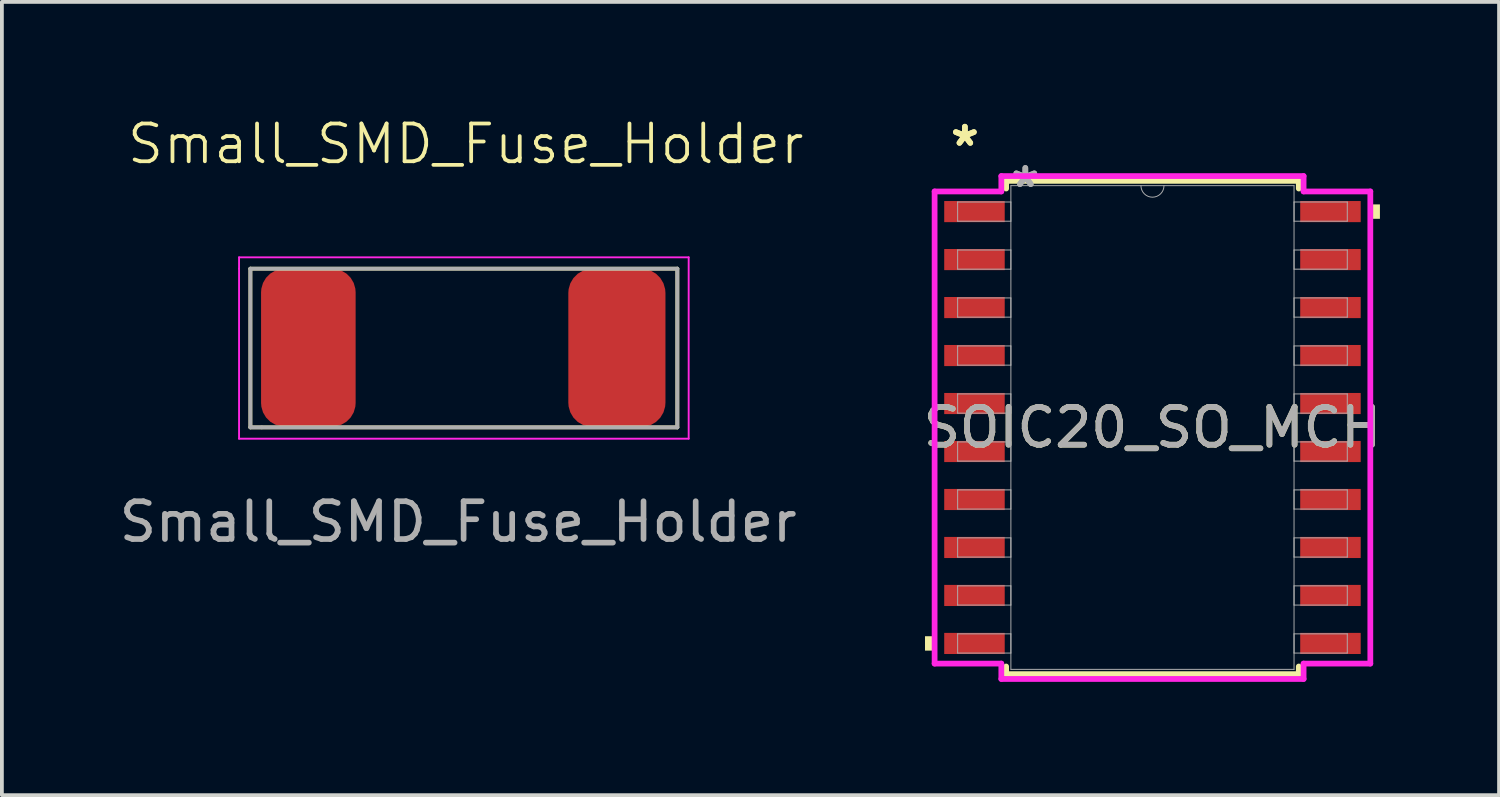
<source format=kicad_pcb>
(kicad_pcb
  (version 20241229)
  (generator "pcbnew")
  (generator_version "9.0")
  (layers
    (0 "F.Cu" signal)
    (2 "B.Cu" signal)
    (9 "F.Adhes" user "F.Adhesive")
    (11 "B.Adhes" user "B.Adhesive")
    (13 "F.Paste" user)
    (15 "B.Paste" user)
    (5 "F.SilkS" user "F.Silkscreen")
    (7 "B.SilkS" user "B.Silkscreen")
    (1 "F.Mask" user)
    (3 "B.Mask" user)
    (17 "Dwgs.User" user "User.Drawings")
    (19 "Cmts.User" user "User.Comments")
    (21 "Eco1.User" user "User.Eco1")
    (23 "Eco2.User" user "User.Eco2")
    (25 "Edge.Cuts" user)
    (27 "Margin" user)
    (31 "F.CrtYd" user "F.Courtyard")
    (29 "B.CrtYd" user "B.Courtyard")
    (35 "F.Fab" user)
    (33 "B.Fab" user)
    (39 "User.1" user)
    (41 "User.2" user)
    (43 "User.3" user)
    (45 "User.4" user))
  (footprint "Small_SMD_Fuse_Holder"
    (layer "F.Cu")
    (at 9.277 4.861)
    (property "Reference" "Small_SMD_Fuse_Holder" (at 0 -4.1 0) (unlocked yes) (layer "F.SilkS") (effects (font (size 1 1) (thickness 0.1))))
    (attr smd)
    (fp_line (start -5.7 -0.8) (end 5.6 -0.8) (stroke (width 0.1) (type default)) (layer "F.SilkS"))
    (fp_line (start -5.7 3.4) (end -5.7 -0.8) (stroke (width 0.1) (type default)) (layer "F.SilkS"))
    (fp_line (start 5.6 -0.8) (end 5.6 3.4) (stroke (width 0.1) (type default)) (layer "F.SilkS"))
    (fp_line (start 5.6 3.4) (end -5.7 3.4) (stroke (width 0.1) (type default)) (layer "F.SilkS"))
    (fp_line (start -6 -1.1) (end 5.9 -1.1) (stroke (width 0.05) (type default)) (layer "F.CrtYd"))
    (fp_line (start -6 -0.8) (end -6 -1.1) (stroke (width 0.05) (type default)) (layer "F.CrtYd"))
    (fp_line (start -6 3.7) (end -6 -0.8) (stroke (width 0.05) (type default)) (layer "F.CrtYd"))
    (fp_line (start 5.9 -1.1) (end 5.9 3.7) (stroke (width 0.05) (type default)) (layer "F.CrtYd"))
    (fp_line (start 5.9 3.7) (end -6 3.7) (stroke (width 0.05) (type default)) (layer "F.CrtYd"))
    (fp_line (start -5.7 3.4) (end -5.7 -0.8) (stroke (width 0.1) (type default)) (layer "F.Fab"))
    (fp_line (start -5.4 3.4) (end -5.7 3.4) (stroke (width 0.1) (type default)) (layer "F.Fab"))
    (fp_line (start -5.4 3.4) (end 5.6 3.4) (stroke (width 0.1) (type default)) (layer "F.Fab"))
    (fp_line (start 5.6 -0.8) (end -5.7 -0.8) (stroke (width 0.1) (type default)) (layer "F.Fab"))
    (fp_line (start 5.6 3.4) (end 5.6 -0.8) (stroke (width 0.1) (type default)) (layer "F.Fab"))
    (fp_text user "${REFERENCE}" (at -0.2 5.9 0) (unlocked yes) (layer "F.Fab") (effects (font (size 1 1) (thickness 0.15))))
    (pad "1" smd roundrect (at -4.166 1.29) (size 2.503 4.181) (layers "F.Cu" "F.Mask" "F.Paste") (roundrect_rratio 0.25))
    (pad "2" smd roundrect (at 4 1.295) (size 2.571 4.191) (layers "F.Cu" "F.Mask" "F.Paste") (roundrect_rratio 0.25)))
  (footprint "SOIC20_SO_MCH"
    (layer "F.Cu")
    (at 27.452 8.265)
    (property "Reference" "SOIC20_SO_MCH" (at 0 0 0) (unlocked yes) (layer "F.SilkS") (effects (font (size 1 1) (thickness 0.15))))
    (attr smd)
    (fp_line (start -3.873 -6.528) (end -3.873 -6.325) (stroke (width 0.152) (type solid)) (layer "F.SilkS"))
    (fp_line (start -3.873 6.325) (end -3.873 6.528) (stroke (width 0.152) (type solid)) (layer "F.SilkS"))
    (fp_line (start -3.873 6.528) (end 3.873 6.528) (stroke (width 0.152) (type solid)) (layer "F.SilkS"))
    (fp_line (start 3.873 -6.528) (end -3.873 -6.528) (stroke (width 0.152) (type solid)) (layer "F.SilkS"))
    (fp_line (start 3.873 -6.325) (end 3.873 -6.528) (stroke (width 0.152) (type solid)) (layer "F.SilkS"))
    (fp_line (start 3.873 6.528) (end 3.873 6.325) (stroke (width 0.152) (type solid)) (layer "F.SilkS"))
    (fp_poly (pts (xy -6.02 5.524) (xy -6.02 5.905) (xy -5.766 5.905) (xy -5.766 5.524)) (stroke (width 0) (type solid)) (fill yes) (layer "F.SilkS"))
    (fp_poly (pts (xy 6.02 -5.905) (xy 6.02 -5.524) (xy 5.766 -5.524) (xy 5.766 -5.905)) (stroke (width 0) (type solid)) (fill yes) (layer "F.SilkS"))
    (fp_line (start -5.766 -6.248) (end -4 -6.248) (stroke (width 0.152) (type solid)) (layer "F.CrtYd"))
    (fp_line (start -5.766 6.248) (end -5.766 -6.248) (stroke (width 0.152) (type solid)) (layer "F.CrtYd"))
    (fp_line (start -5.766 6.248) (end -4 6.248) (stroke (width 0.152) (type solid)) (layer "F.CrtYd"))
    (fp_line (start -4 -6.655) (end 4 -6.655) (stroke (width 0.152) (type solid)) (layer "F.CrtYd"))
    (fp_line (start -4 -6.248) (end -4 -6.655) (stroke (width 0.152) (type solid)) (layer "F.CrtYd"))
    (fp_line (start -4 6.655) (end -4 6.248) (stroke (width 0.152) (type solid)) (layer "F.CrtYd"))
    (fp_line (start 4 -6.655) (end 4 -6.248) (stroke (width 0.152) (type solid)) (layer "F.CrtYd"))
    (fp_line (start 4 6.248) (end 4 6.655) (stroke (width 0.152) (type solid)) (layer "F.CrtYd"))
    (fp_line (start 4 6.655) (end -4 6.655) (stroke (width 0.152) (type solid)) (layer "F.CrtYd"))
    (fp_line (start 5.766 -6.248) (end 4 -6.248) (stroke (width 0.152) (type solid)) (layer "F.CrtYd"))
    (fp_line (start 5.766 -6.248) (end 5.766 6.248) (stroke (width 0.152) (type solid)) (layer "F.CrtYd"))
    (fp_line (start 5.766 6.248) (end 4 6.248) (stroke (width 0.152) (type solid)) (layer "F.CrtYd"))
    (fp_line (start -5.156 -5.969) (end -5.156 -5.461) (stroke (width 0.025) (type solid)) (layer "F.Fab"))
    (fp_line (start -5.156 -5.461) (end -3.747 -5.461) (stroke (width 0.025) (type solid)) (layer "F.Fab"))
    (fp_line (start -5.156 -4.699) (end -5.156 -4.191) (stroke (width 0.025) (type solid)) (layer "F.Fab"))
    (fp_line (start -5.156 -4.191) (end -3.747 -4.191) (stroke (width 0.025) (type solid)) (layer "F.Fab"))
    (fp_line (start -5.156 -3.429) (end -5.156 -2.921) (stroke (width 0.025) (type solid)) (layer "F.Fab"))
    (fp_line (start -5.156 -2.921) (end -3.747 -2.921) (stroke (width 0.025) (type solid)) (layer "F.Fab"))
    (fp_line (start -5.156 -2.159) (end -5.156 -1.651) (stroke (width 0.025) (type solid)) (layer "F.Fab"))
    (fp_line (start -5.156 -1.651) (end -3.747 -1.651) (stroke (width 0.025) (type solid)) (layer "F.Fab"))
    (fp_line (start -5.156 -0.889) (end -5.156 -0.381) (stroke (width 0.025) (type solid)) (layer "F.Fab"))
    (fp_line (start -5.156 -0.381) (end -3.747 -0.381) (stroke (width 0.025) (type solid)) (layer "F.Fab"))
    (fp_line (start -5.156 0.381) (end -5.156 0.889) (stroke (width 0.025) (type solid)) (layer "F.Fab"))
    (fp_line (start -5.156 0.889) (end -3.747 0.889) (stroke (width 0.025) (type solid)) (layer "F.Fab"))
    (fp_line (start -5.156 1.651) (end -5.156 2.159) (stroke (width 0.025) (type solid)) (layer "F.Fab"))
    (fp_line (start -5.156 2.159) (end -3.747 2.159) (stroke (width 0.025) (type solid)) (layer "F.Fab"))
    (fp_line (start -5.156 2.921) (end -5.156 3.429) (stroke (width 0.025) (type solid)) (layer "F.Fab"))
    (fp_line (start -5.156 3.429) (end -3.747 3.429) (stroke (width 0.025) (type solid)) (layer "F.Fab"))
    (fp_line (start -5.156 4.191) (end -5.156 4.699) (stroke (width 0.025) (type solid)) (layer "F.Fab"))
    (fp_line (start -5.156 4.699) (end -3.747 4.699) (stroke (width 0.025) (type solid)) (layer "F.Fab"))
    (fp_line (start -5.156 5.461) (end -5.156 5.969) (stroke (width 0.025) (type solid)) (layer "F.Fab"))
    (fp_line (start -5.156 5.969) (end -3.747 5.969) (stroke (width 0.025) (type solid)) (layer "F.Fab"))
    (fp_line (start -3.747 -6.401) (end -3.747 6.401) (stroke (width 0.025) (type solid)) (layer "F.Fab"))
    (fp_line (start -3.747 -5.969) (end -5.156 -5.969) (stroke (width 0.025) (type solid)) (layer "F.Fab"))
    (fp_line (start -3.747 -5.461) (end -3.747 -5.969) (stroke (width 0.025) (type solid)) (layer "F.Fab"))
    (fp_line (start -3.747 -4.699) (end -5.156 -4.699) (stroke (width 0.025) (type solid)) (layer "F.Fab"))
    (fp_line (start -3.747 -4.191) (end -3.747 -4.699) (stroke (width 0.025) (type solid)) (layer "F.Fab"))
    (fp_line (start -3.747 -3.429) (end -5.156 -3.429) (stroke (width 0.025) (type solid)) (layer "F.Fab"))
    (fp_line (start -3.747 -2.921) (end -3.747 -3.429) (stroke (width 0.025) (type solid)) (layer "F.Fab"))
    (fp_line (start -3.747 -2.159) (end -5.156 -2.159) (stroke (width 0.025) (type solid)) (layer "F.Fab"))
    (fp_line (start -3.747 -1.651) (end -3.747 -2.159) (stroke (width 0.025) (type solid)) (layer "F.Fab"))
    (fp_line (start -3.747 -0.889) (end -5.156 -0.889) (stroke (width 0.025) (type solid)) (layer "F.Fab"))
    (fp_line (start -3.747 -0.381) (end -3.747 -0.889) (stroke (width 0.025) (type solid)) (layer "F.Fab"))
    (fp_line (start -3.747 0.381) (end -5.156 0.381) (stroke (width 0.025) (type solid)) (layer "F.Fab"))
    (fp_line (start -3.747 0.889) (end -3.747 0.381) (stroke (width 0.025) (type solid)) (layer "F.Fab"))
    (fp_line (start -3.747 1.651) (end -5.156 1.651) (stroke (width 0.025) (type solid)) (layer "F.Fab"))
    (fp_line (start -3.747 2.159) (end -3.747 1.651) (stroke (width 0.025) (type solid)) (layer "F.Fab"))
    (fp_line (start -3.747 2.921) (end -5.156 2.921) (stroke (width 0.025) (type solid)) (layer "F.Fab"))
    (fp_line (start -3.747 3.429) (end -3.747 2.921) (stroke (width 0.025) (type solid)) (layer "F.Fab"))
    (fp_line (start -3.747 4.191) (end -5.156 4.191) (stroke (width 0.025) (type solid)) (layer "F.Fab"))
    (fp_line (start -3.747 4.699) (end -3.747 4.191) (stroke (width 0.025) (type solid)) (layer "F.Fab"))
    (fp_line (start -3.747 5.461) (end -5.156 5.461) (stroke (width 0.025) (type solid)) (layer "F.Fab"))
    (fp_line (start -3.747 5.969) (end -3.747 5.461) (stroke (width 0.025) (type solid)) (layer "F.Fab"))
    (fp_line (start -3.747 6.401) (end 3.747 6.401) (stroke (width 0.025) (type solid)) (layer "F.Fab"))
    (fp_line (start 3.747 -6.401) (end -3.747 -6.401) (stroke (width 0.025) (type solid)) (layer "F.Fab"))
    (fp_line (start 3.747 -5.969) (end 3.747 -5.461) (stroke (width 0.025) (type solid)) (layer "F.Fab"))
    (fp_line (start 3.747 -5.461) (end 5.156 -5.461) (stroke (width 0.025) (type solid)) (layer "F.Fab"))
    (fp_line (start 3.747 -4.699) (end 3.747 -4.191) (stroke (width 0.025) (type solid)) (layer "F.Fab"))
    (fp_line (start 3.747 -4.191) (end 5.156 -4.191) (stroke (width 0.025) (type solid)) (layer "F.Fab"))
    (fp_line (start 3.747 -3.429) (end 3.747 -2.921) (stroke (width 0.025) (type solid)) (layer "F.Fab"))
    (fp_line (start 3.747 -2.921) (end 5.156 -2.921) (stroke (width 0.025) (type solid)) (layer "F.Fab"))
    (fp_line (start 3.747 -2.159) (end 3.747 -1.651) (stroke (width 0.025) (type solid)) (layer "F.Fab"))
    (fp_line (start 3.747 -1.651) (end 5.156 -1.651) (stroke (width 0.025) (type solid)) (layer "F.Fab"))
    (fp_line (start 3.747 -0.889) (end 3.747 -0.381) (stroke (width 0.025) (type solid)) (layer "F.Fab"))
    (fp_line (start 3.747 -0.381) (end 5.156 -0.381) (stroke (width 0.025) (type solid)) (layer "F.Fab"))
    (fp_line (start 3.747 0.381) (end 3.747 0.889) (stroke (width 0.025) (type solid)) (layer "F.Fab"))
    (fp_line (start 3.747 0.889) (end 5.156 0.889) (stroke (width 0.025) (type solid)) (layer "F.Fab"))
    (fp_line (start 3.747 1.651) (end 3.747 2.159) (stroke (width 0.025) (type solid)) (layer "F.Fab"))
    (fp_line (start 3.747 2.159) (end 5.156 2.159) (stroke (width 0.025) (type solid)) (layer "F.Fab"))
    (fp_line (start 3.747 2.921) (end 3.747 3.429) (stroke (width 0.025) (type solid)) (layer "F.Fab"))
    (fp_line (start 3.747 3.429) (end 5.156 3.429) (stroke (width 0.025) (type solid)) (layer "F.Fab"))
    (fp_line (start 3.747 4.191) (end 3.747 4.699) (stroke (width 0.025) (type solid)) (layer "F.Fab"))
    (fp_line (start 3.747 4.699) (end 5.156 4.699) (stroke (width 0.025) (type solid)) (layer "F.Fab"))
    (fp_line (start 3.747 5.461) (end 3.747 5.969) (stroke (width 0.025) (type solid)) (layer "F.Fab"))
    (fp_line (start 3.747 5.969) (end 5.156 5.969) (stroke (width 0.025) (type solid)) (layer "F.Fab"))
    (fp_line (start 3.747 6.401) (end 3.747 -6.401) (stroke (width 0.025) (type solid)) (layer "F.Fab"))
    (fp_line (start 5.156 -5.969) (end 3.747 -5.969) (stroke (width 0.025) (type solid)) (layer "F.Fab"))
    (fp_line (start 5.156 -5.461) (end 5.156 -5.969) (stroke (width 0.025) (type solid)) (layer "F.Fab"))
    (fp_line (start 5.156 -4.699) (end 3.747 -4.699) (stroke (width 0.025) (type solid)) (layer "F.Fab"))
    (fp_line (start 5.156 -4.191) (end 5.156 -4.699) (stroke (width 0.025) (type solid)) (layer "F.Fab"))
    (fp_line (start 5.156 -3.429) (end 3.747 -3.429) (stroke (width 0.025) (type solid)) (layer "F.Fab"))
    (fp_line (start 5.156 -2.921) (end 5.156 -3.429) (stroke (width 0.025) (type solid)) (layer "F.Fab"))
    (fp_line (start 5.156 -2.159) (end 3.747 -2.159) (stroke (width 0.025) (type solid)) (layer "F.Fab"))
    (fp_line (start 5.156 -1.651) (end 5.156 -2.159) (stroke (width 0.025) (type solid)) (layer "F.Fab"))
    (fp_line (start 5.156 -0.889) (end 3.747 -0.889) (stroke (width 0.025) (type solid)) (layer "F.Fab"))
    (fp_line (start 5.156 -0.381) (end 5.156 -0.889) (stroke (width 0.025) (type solid)) (layer "F.Fab"))
    (fp_line (start 5.156 0.381) (end 3.747 0.381) (stroke (width 0.025) (type solid)) (layer "F.Fab"))
    (fp_line (start 5.156 0.889) (end 5.156 0.381) (stroke (width 0.025) (type solid)) (layer "F.Fab"))
    (fp_line (start 5.156 1.651) (end 3.747 1.651) (stroke (width 0.025) (type solid)) (layer "F.Fab"))
    (fp_line (start 5.156 2.159) (end 5.156 1.651) (stroke (width 0.025) (type solid)) (layer "F.Fab"))
    (fp_line (start 5.156 2.921) (end 3.747 2.921) (stroke (width 0.025) (type solid)) (layer "F.Fab"))
    (fp_line (start 5.156 3.429) (end 5.156 2.921) (stroke (width 0.025) (type solid)) (layer "F.Fab"))
    (fp_line (start 5.156 4.191) (end 3.747 4.191) (stroke (width 0.025) (type solid)) (layer "F.Fab"))
    (fp_line (start 5.156 4.699) (end 5.156 4.191) (stroke (width 0.025) (type solid)) (layer "F.Fab"))
    (fp_line (start 5.156 5.461) (end 3.747 5.461) (stroke (width 0.025) (type solid)) (layer "F.Fab"))
    (fp_line (start 5.156 5.969) (end 5.156 5.461) (stroke (width 0.025) (type solid)) (layer "F.Fab"))
    (fp_arc (start 0.3048 -6.4008) (mid 0 -6.096) (end -0.3048 -6.4008) (stroke (width 0.0254) (type solid)) (layer "F.Fab"))
    (fp_text user "*" (at -4.965 -7.417 0) (unlocked yes) (layer "F.SilkS") (effects (font (size 1 1) (thickness 0.15))))
    (fp_text user "*" (at -4.965 -7.417 0) (layer "F.SilkS") (effects (font (size 1 1) (thickness 0.15))))
    (fp_text user "*" (at -3.365 -6.325 0) (unlocked yes) (layer "F.Fab") (effects (font (size 1 1) (thickness 0.15))))
    (fp_text user "${REFERENCE}" (at 0 0 0) (unlocked yes) (layer "F.Fab") (effects (font (size 1 1) (thickness 0.15))))
    (fp_text user "*" (at -3.365 -6.325 0) (layer "F.Fab") (effects (font (size 1 1) (thickness 0.15))))
    (pad "1" smd rect (at -4.711 -5.715) (size 1.601 0.559) (layers "F.Cu" "F.Mask" "F.Paste"))
    (pad "2" smd rect (at -4.711 -4.445) (size 1.601 0.559) (layers "F.Cu" "F.Mask" "F.Paste"))
    (pad "3" smd rect (at -4.711 -3.175) (size 1.601 0.559) (layers "F.Cu" "F.Mask" "F.Paste"))
    (pad "4" smd rect (at -4.711 -1.905) (size 1.601 0.559) (layers "F.Cu" "F.Mask" "F.Paste"))
    (pad "5" smd rect (at -4.711 -0.635) (size 1.601 0.559) (layers "F.Cu" "F.Mask" "F.Paste"))
    (pad "6" smd rect (at -4.711 0.635) (size 1.601 0.559) (layers "F.Cu" "F.Mask" "F.Paste"))
    (pad "7" smd rect (at -4.711 1.905) (size 1.601 0.559) (layers "F.Cu" "F.Mask" "F.Paste"))
    (pad "8" smd rect (at -4.711 3.175) (size 1.601 0.559) (layers "F.Cu" "F.Mask" "F.Paste"))
    (pad "9" smd rect (at -4.711 4.445) (size 1.601 0.559) (layers "F.Cu" "F.Mask" "F.Paste"))
    (pad "10" smd rect (at -4.711 5.715) (size 1.601 0.559) (layers "F.Cu" "F.Mask" "F.Paste"))
    (pad "11" smd rect (at 4.711 5.715) (size 1.601 0.559) (layers "F.Cu" "F.Mask" "F.Paste"))
    (pad "12" smd rect (at 4.711 4.445) (size 1.601 0.559) (layers "F.Cu" "F.Mask" "F.Paste"))
    (pad "13" smd rect (at 4.711 3.175) (size 1.601 0.559) (layers "F.Cu" "F.Mask" "F.Paste"))
    (pad "14" smd rect (at 4.711 1.905) (size 1.601 0.559) (layers "F.Cu" "F.Mask" "F.Paste"))
    (pad "15" smd rect (at 4.711 0.635) (size 1.601 0.559) (layers "F.Cu" "F.Mask" "F.Paste"))
    (pad "16" smd rect (at 4.711 -0.635) (size 1.601 0.559) (layers "F.Cu" "F.Mask" "F.Paste"))
    (pad "17" smd rect (at 4.711 -1.905) (size 1.601 0.559) (layers "F.Cu" "F.Mask" "F.Paste"))
    (pad "18" smd rect (at 4.711 -3.175) (size 1.601 0.559) (layers "F.Cu" "F.Mask" "F.Paste"))
    (pad "19" smd rect (at 4.711 -4.445) (size 1.601 0.559) (layers "F.Cu" "F.Mask" "F.Paste"))
    (pad "20" smd rect (at 4.711 -5.715) (size 1.601 0.559) (layers "F.Cu" "F.Mask" "F.Paste")))
  (gr_rect
    (start -3 -3)
    (end 36.625 17.996)
    (stroke (width 0.1) (type default))
    (fill no)
    (layer "Edge.Cuts")))
</source>
